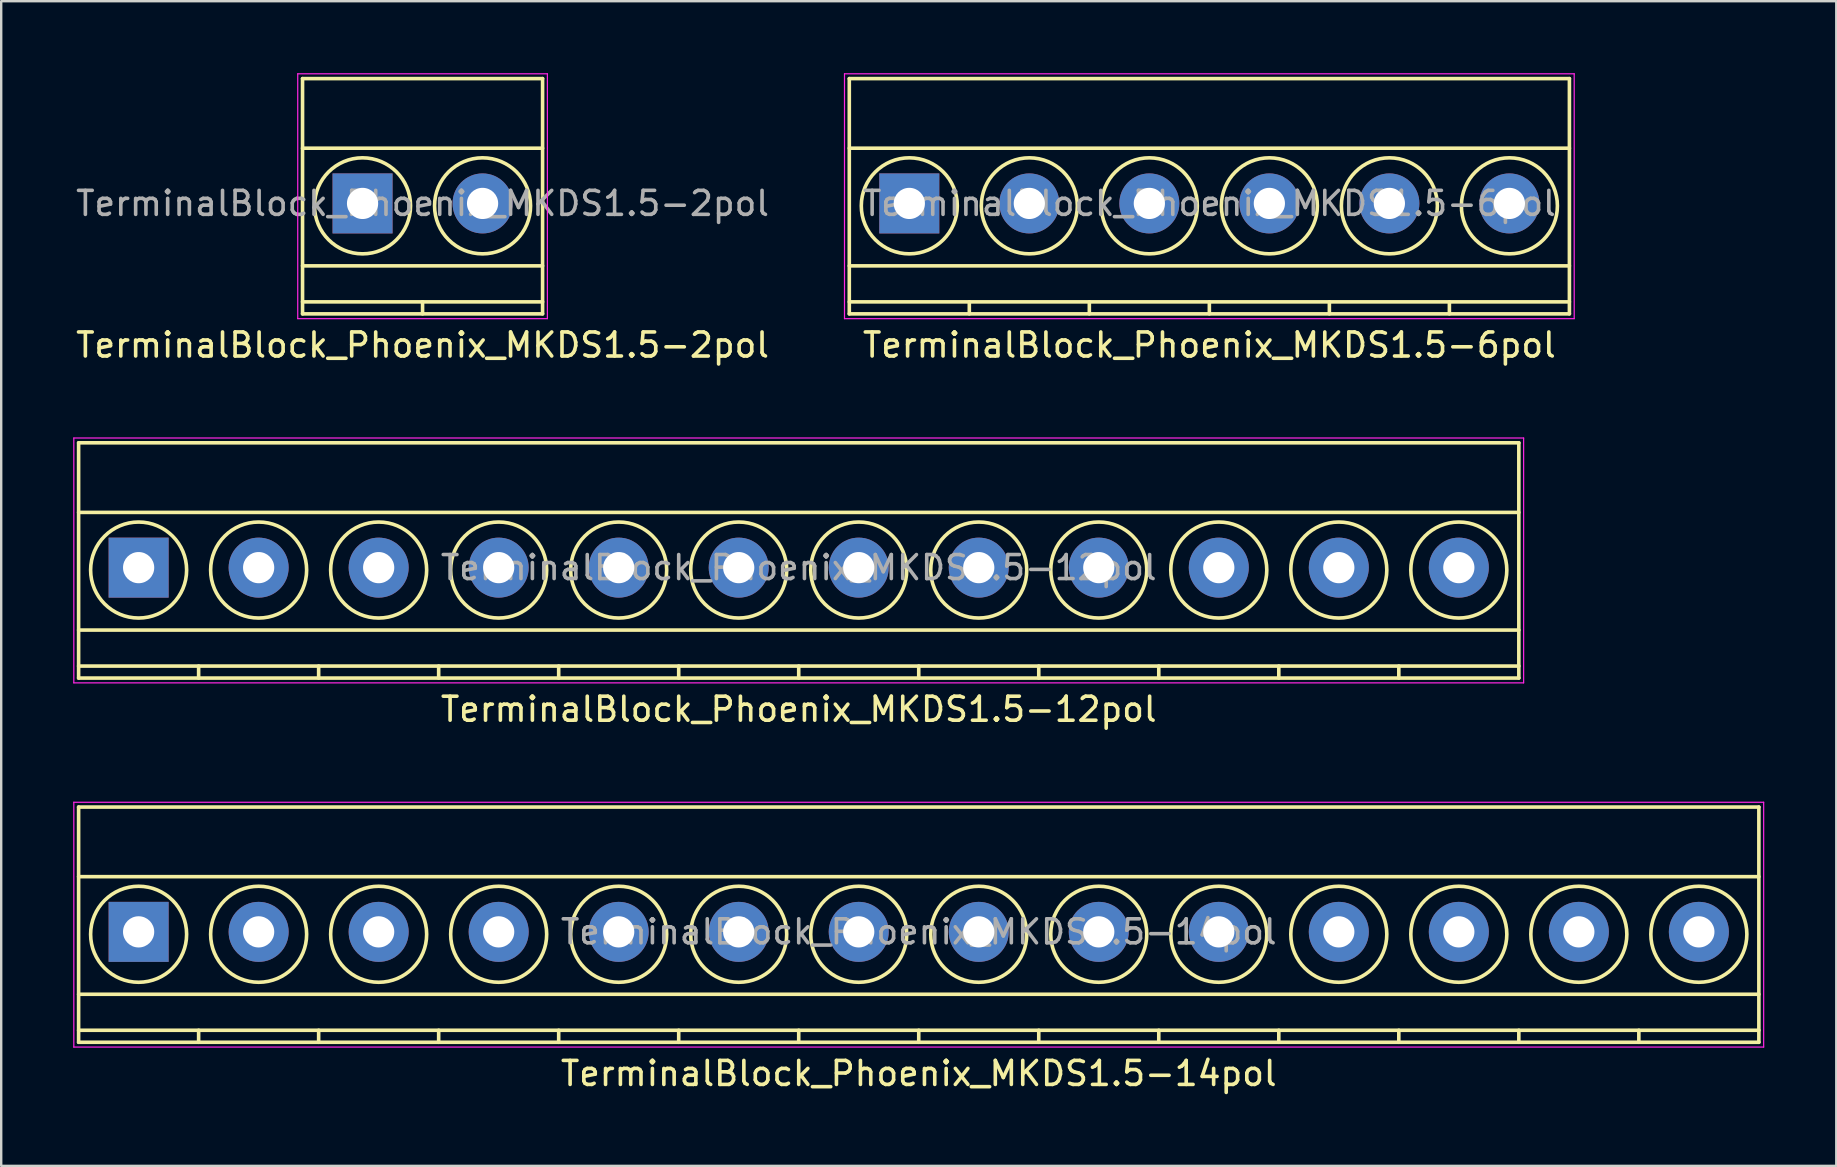
<source format=kicad_pcb>
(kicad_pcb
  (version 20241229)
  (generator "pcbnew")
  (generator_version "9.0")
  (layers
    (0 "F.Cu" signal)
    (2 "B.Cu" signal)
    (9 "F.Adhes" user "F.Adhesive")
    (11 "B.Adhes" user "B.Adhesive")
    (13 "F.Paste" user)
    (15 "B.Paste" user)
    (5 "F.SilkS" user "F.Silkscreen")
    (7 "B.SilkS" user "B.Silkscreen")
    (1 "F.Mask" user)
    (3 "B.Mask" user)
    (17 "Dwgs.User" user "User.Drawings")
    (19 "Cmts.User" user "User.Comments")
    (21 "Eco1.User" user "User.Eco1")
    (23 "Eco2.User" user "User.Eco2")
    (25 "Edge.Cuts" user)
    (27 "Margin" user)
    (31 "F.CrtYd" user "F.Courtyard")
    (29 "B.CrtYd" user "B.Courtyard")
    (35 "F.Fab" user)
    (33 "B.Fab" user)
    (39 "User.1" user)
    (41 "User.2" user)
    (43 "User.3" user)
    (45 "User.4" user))
  (footprint "TerminalBlock_Phoenix_MKDS1.5-12pol"
    (layer "F.Cu")
    (at 2.725 20.598)
    (property "Reference" "TerminalBlock_Phoenix_MKDS1.5-12pol" (at 27.5 5.9 0) (layer "F.SilkS") (effects (font (size 1 1) (thickness 0.15))))
    (attr through_hole)
    (fp_line (start -2.5 -5.2) (end -2.5 4.6) (stroke (width 0.15) (type solid)) (layer "F.SilkS"))
    (fp_line (start -2.5 -2.3) (end 57.5 -2.3) (stroke (width 0.15) (type solid)) (layer "F.SilkS"))
    (fp_line (start -2.5 2.6) (end 57.5 2.6) (stroke (width 0.15) (type solid)) (layer "F.SilkS"))
    (fp_line (start -2.5 4.1) (end 57.5 4.1) (stroke (width 0.15) (type solid)) (layer "F.SilkS"))
    (fp_line (start -2.5 4.6) (end 57.5 4.6) (stroke (width 0.15) (type solid)) (layer "F.SilkS"))
    (fp_line (start 2.5 4.1) (end 2.5 4.6) (stroke (width 0.15) (type solid)) (layer "F.SilkS"))
    (fp_line (start 7.5 4.1) (end 7.5 4.6) (stroke (width 0.15) (type solid)) (layer "F.SilkS"))
    (fp_line (start 12.5 4.1) (end 12.5 4.6) (stroke (width 0.15) (type solid)) (layer "F.SilkS"))
    (fp_line (start 17.5 4.1) (end 17.5 4.6) (stroke (width 0.15) (type solid)) (layer "F.SilkS"))
    (fp_line (start 22.5 4.1) (end 22.5 4.6) (stroke (width 0.15) (type solid)) (layer "F.SilkS"))
    (fp_line (start 27.5 4.1) (end 27.5 4.6) (stroke (width 0.15) (type solid)) (layer "F.SilkS"))
    (fp_line (start 32.5 4.1) (end 32.5 4.6) (stroke (width 0.15) (type solid)) (layer "F.SilkS"))
    (fp_line (start 37.5 4.1) (end 37.5 4.6) (stroke (width 0.15) (type solid)) (layer "F.SilkS"))
    (fp_line (start 42.5 4.1) (end 42.5 4.6) (stroke (width 0.15) (type solid)) (layer "F.SilkS"))
    (fp_line (start 47.5 4.1) (end 47.5 4.6) (stroke (width 0.15) (type solid)) (layer "F.SilkS"))
    (fp_line (start 52.5 4.1) (end 52.5 4.6) (stroke (width 0.15) (type solid)) (layer "F.SilkS"))
    (fp_line (start 57.5 -5.2) (end -2.5 -5.2) (stroke (width 0.15) (type solid)) (layer "F.SilkS"))
    (fp_line (start 57.5 4.6) (end 57.5 -5.2) (stroke (width 0.15) (type solid)) (layer "F.SilkS"))
    (fp_circle (center 0 0.1) (end 2 0.1) (stroke (width 0.15) (type solid)) (fill no) (layer "F.SilkS"))
    (fp_circle (center 5 0.1) (end 3 0.1) (stroke (width 0.15) (type solid)) (fill no) (layer "F.SilkS"))
    (fp_circle (center 10 0.1) (end 8 0.1) (stroke (width 0.15) (type solid)) (fill no) (layer "F.SilkS"))
    (fp_circle (center 15 0.1) (end 13 0.1) (stroke (width 0.15) (type solid)) (fill no) (layer "F.SilkS"))
    (fp_circle (center 20 0.1) (end 18 0.1) (stroke (width 0.15) (type solid)) (fill no) (layer "F.SilkS"))
    (fp_circle (center 25 0.1) (end 23 0.1) (stroke (width 0.15) (type solid)) (fill no) (layer "F.SilkS"))
    (fp_circle (center 30 0.1) (end 28 0.1) (stroke (width 0.15) (type solid)) (fill no) (layer "F.SilkS"))
    (fp_circle (center 35 0.1) (end 33 0.1) (stroke (width 0.15) (type solid)) (fill no) (layer "F.SilkS"))
    (fp_circle (center 40 0.1) (end 38 0.1) (stroke (width 0.15) (type solid)) (fill no) (layer "F.SilkS"))
    (fp_circle (center 45 0.1) (end 43 0.1) (stroke (width 0.15) (type solid)) (fill no) (layer "F.SilkS"))
    (fp_circle (center 50 0.1) (end 48 0.1) (stroke (width 0.15) (type solid)) (fill no) (layer "F.SilkS"))
    (fp_circle (center 55 0.1) (end 53 0.1) (stroke (width 0.15) (type solid)) (fill no) (layer "F.SilkS"))
    (fp_line (start -2.7 -5.4) (end 57.7 -5.4) (stroke (width 0.05) (type solid)) (layer "F.CrtYd"))
    (fp_line (start -2.7 4.8) (end -2.7 -5.4) (stroke (width 0.05) (type solid)) (layer "F.CrtYd"))
    (fp_line (start 57.7 -5.4) (end 57.7 4.8) (stroke (width 0.05) (type solid)) (layer "F.CrtYd"))
    (fp_line (start 57.7 4.8) (end -2.7 4.8) (stroke (width 0.05) (type solid)) (layer "F.CrtYd"))
    (fp_text user "${REFERENCE}" (at 27.5 0 0) (layer "F.Fab") (effects (font (size 1 1) (thickness 0.15))))
    (pad "1" thru_hole rect (at 0 0) (size 2.5 2.5) (drill 1.3) (layers "*.Cu" "*.Mask"))
    (pad "2" thru_hole circle (at 5 0) (size 2.5 2.5) (drill 1.3) (layers "*.Cu" "*.Mask"))
    (pad "3" thru_hole circle (at 10 0) (size 2.5 2.5) (drill 1.3) (layers "*.Cu" "*.Mask"))
    (pad "4" thru_hole circle (at 15 0) (size 2.5 2.5) (drill 1.3) (layers "*.Cu" "*.Mask"))
    (pad "5" thru_hole circle (at 20 0) (size 2.5 2.5) (drill 1.3) (layers "*.Cu" "*.Mask"))
    (pad "6" thru_hole circle (at 25 0) (size 2.5 2.5) (drill 1.3) (layers "*.Cu" "*.Mask"))
    (pad "7" thru_hole circle (at 30 0) (size 2.5 2.5) (drill 1.3) (layers "*.Cu" "*.Mask"))
    (pad "8" thru_hole circle (at 35 0) (size 2.5 2.5) (drill 1.3) (layers "*.Cu" "*.Mask"))
    (pad "9" thru_hole circle (at 40 0) (size 2.5 2.5) (drill 1.3) (layers "*.Cu" "*.Mask"))
    (pad "10" thru_hole circle (at 45 0) (size 2.5 2.5) (drill 1.3) (layers "*.Cu" "*.Mask"))
    (pad "11" thru_hole circle (at 50 0) (size 2.5 2.5) (drill 1.3) (layers "*.Cu" "*.Mask"))
    (pad "12" thru_hole circle (at 55 0) (size 2.5 2.5) (drill 1.3) (layers "*.Cu" "*.Mask")))
  (footprint "TerminalBlock_Phoenix_MKDS1.5-6pol"
    (layer "F.Cu")
    (at 34.832 5.425)
    (property "Reference" "TerminalBlock_Phoenix_MKDS1.5-6pol" (at 12.5 5.9 0) (layer "F.SilkS") (effects (font (size 1 1) (thickness 0.15))))
    (attr through_hole)
    (fp_line (start -2.5 -5.2) (end -2.5 4.6) (stroke (width 0.15) (type solid)) (layer "F.SilkS"))
    (fp_line (start -2.5 -2.3) (end 27.5 -2.3) (stroke (width 0.15) (type solid)) (layer "F.SilkS"))
    (fp_line (start -2.5 2.6) (end 27.5 2.6) (stroke (width 0.15) (type solid)) (layer "F.SilkS"))
    (fp_line (start -2.5 4.1) (end 27.5 4.1) (stroke (width 0.15) (type solid)) (layer "F.SilkS"))
    (fp_line (start -2.5 4.6) (end 27.5 4.6) (stroke (width 0.15) (type solid)) (layer "F.SilkS"))
    (fp_line (start 2.5 4.1) (end 2.5 4.6) (stroke (width 0.15) (type solid)) (layer "F.SilkS"))
    (fp_line (start 7.5 4.1) (end 7.5 4.6) (stroke (width 0.15) (type solid)) (layer "F.SilkS"))
    (fp_line (start 12.5 4.1) (end 12.5 4.6) (stroke (width 0.15) (type solid)) (layer "F.SilkS"))
    (fp_line (start 17.5 4.1) (end 17.5 4.6) (stroke (width 0.15) (type solid)) (layer "F.SilkS"))
    (fp_line (start 22.5 4.1) (end 22.5 4.6) (stroke (width 0.15) (type solid)) (layer "F.SilkS"))
    (fp_line (start 27.5 -5.2) (end -2.5 -5.2) (stroke (width 0.15) (type solid)) (layer "F.SilkS"))
    (fp_line (start 27.5 4.6) (end 27.5 -5.2) (stroke (width 0.15) (type solid)) (layer "F.SilkS"))
    (fp_circle (center 0 0.1) (end 2 0.1) (stroke (width 0.15) (type solid)) (fill no) (layer "F.SilkS"))
    (fp_circle (center 5 0.1) (end 3 0.1) (stroke (width 0.15) (type solid)) (fill no) (layer "F.SilkS"))
    (fp_circle (center 10 0.1) (end 8 0.1) (stroke (width 0.15) (type solid)) (fill no) (layer "F.SilkS"))
    (fp_circle (center 15 0.1) (end 13 0.1) (stroke (width 0.15) (type solid)) (fill no) (layer "F.SilkS"))
    (fp_circle (center 20 0.1) (end 18 0.1) (stroke (width 0.15) (type solid)) (fill no) (layer "F.SilkS"))
    (fp_circle (center 25 0.1) (end 23 0.1) (stroke (width 0.15) (type solid)) (fill no) (layer "F.SilkS"))
    (fp_line (start -2.7 -5.4) (end 27.7 -5.4) (stroke (width 0.05) (type solid)) (layer "F.CrtYd"))
    (fp_line (start -2.7 4.8) (end -2.7 -5.4) (stroke (width 0.05) (type solid)) (layer "F.CrtYd"))
    (fp_line (start 27.7 -5.4) (end 27.7 4.8) (stroke (width 0.05) (type solid)) (layer "F.CrtYd"))
    (fp_line (start 27.7 4.8) (end -2.7 4.8) (stroke (width 0.05) (type solid)) (layer "F.CrtYd"))
    (fp_text user "${REFERENCE}" (at 12.5 0 0) (layer "F.Fab") (effects (font (size 1 1) (thickness 0.15))))
    (pad "1" thru_hole rect (at 0 0) (size 2.5 2.5) (drill 1.3) (layers "*.Cu" "*.Mask"))
    (pad "2" thru_hole circle (at 5 0) (size 2.5 2.5) (drill 1.3) (layers "*.Cu" "*.Mask"))
    (pad "3" thru_hole circle (at 10 0) (size 2.5 2.5) (drill 1.3) (layers "*.Cu" "*.Mask"))
    (pad "4" thru_hole circle (at 15 0) (size 2.5 2.5) (drill 1.3) (layers "*.Cu" "*.Mask"))
    (pad "5" thru_hole circle (at 20 0) (size 2.5 2.5) (drill 1.3) (layers "*.Cu" "*.Mask"))
    (pad "6" thru_hole circle (at 25 0) (size 2.5 2.5) (drill 1.3) (layers "*.Cu" "*.Mask")))
  (footprint "TerminalBlock_Phoenix_MKDS1.5-2pol"
    (layer "F.Cu")
    (at 12.054 5.425)
    (property "Reference" "TerminalBlock_Phoenix_MKDS1.5-2pol" (at 2.5 5.9 0) (layer "F.SilkS") (effects (font (size 1 1) (thickness 0.15))))
    (attr through_hole)
    (fp_line (start -2.5 -5.2) (end -2.5 4.6) (stroke (width 0.15) (type solid)) (layer "F.SilkS"))
    (fp_line (start -2.5 -2.3) (end 7.5 -2.3) (stroke (width 0.15) (type solid)) (layer "F.SilkS"))
    (fp_line (start -2.5 2.6) (end 7.5 2.6) (stroke (width 0.15) (type solid)) (layer "F.SilkS"))
    (fp_line (start -2.5 4.1) (end 7.5 4.1) (stroke (width 0.15) (type solid)) (layer "F.SilkS"))
    (fp_line (start -2.5 4.6) (end 7.5 4.6) (stroke (width 0.15) (type solid)) (layer "F.SilkS"))
    (fp_line (start 2.5 4.1) (end 2.5 4.6) (stroke (width 0.15) (type solid)) (layer "F.SilkS"))
    (fp_line (start 7.5 -5.2) (end -2.5 -5.2) (stroke (width 0.15) (type solid)) (layer "F.SilkS"))
    (fp_line (start 7.5 4.6) (end 7.5 -5.2) (stroke (width 0.15) (type solid)) (layer "F.SilkS"))
    (fp_circle (center 0 0.1) (end 2 0.1) (stroke (width 0.15) (type solid)) (fill no) (layer "F.SilkS"))
    (fp_circle (center 5 0.1) (end 3 0.1) (stroke (width 0.15) (type solid)) (fill no) (layer "F.SilkS"))
    (fp_line (start -2.7 -5.4) (end 7.7 -5.4) (stroke (width 0.05) (type solid)) (layer "F.CrtYd"))
    (fp_line (start -2.7 4.8) (end -2.7 -5.4) (stroke (width 0.05) (type solid)) (layer "F.CrtYd"))
    (fp_line (start 7.7 -5.4) (end 7.7 4.8) (stroke (width 0.05) (type solid)) (layer "F.CrtYd"))
    (fp_line (start 7.7 4.8) (end -2.7 4.8) (stroke (width 0.05) (type solid)) (layer "F.CrtYd"))
    (fp_text user "${REFERENCE}" (at 2.5 0 0) (layer "F.Fab") (effects (font (size 1 1) (thickness 0.15))))
    (pad "1" thru_hole rect (at 0 0) (size 2.5 2.5) (drill 1.3) (layers "*.Cu" "*.Mask"))
    (pad "2" thru_hole circle (at 5 0) (size 2.5 2.5) (drill 1.3) (layers "*.Cu" "*.Mask")))
  (footprint "TerminalBlock_Phoenix_MKDS1.5-14pol"
    (layer "F.Cu")
    (at 2.725 35.772)
    (property "Reference" "TerminalBlock_Phoenix_MKDS1.5-14pol" (at 32.5 5.9 0) (layer "F.SilkS") (effects (font (size 1 1) (thickness 0.15))))
    (attr through_hole)
    (fp_line (start -2.5 -5.2) (end -2.5 4.6) (stroke (width 0.15) (type solid)) (layer "F.SilkS"))
    (fp_line (start -2.5 -2.3) (end 67.5 -2.3) (stroke (width 0.15) (type solid)) (layer "F.SilkS"))
    (fp_line (start -2.5 2.6) (end 67.5 2.6) (stroke (width 0.15) (type solid)) (layer "F.SilkS"))
    (fp_line (start -2.5 4.1) (end 67.5 4.1) (stroke (width 0.15) (type solid)) (layer "F.SilkS"))
    (fp_line (start -2.5 4.6) (end 67.5 4.6) (stroke (width 0.15) (type solid)) (layer "F.SilkS"))
    (fp_line (start 2.5 4.1) (end 2.5 4.6) (stroke (width 0.15) (type solid)) (layer "F.SilkS"))
    (fp_line (start 7.5 4.1) (end 7.5 4.6) (stroke (width 0.15) (type solid)) (layer "F.SilkS"))
    (fp_line (start 12.5 4.1) (end 12.5 4.6) (stroke (width 0.15) (type solid)) (layer "F.SilkS"))
    (fp_line (start 17.5 4.1) (end 17.5 4.6) (stroke (width 0.15) (type solid)) (layer "F.SilkS"))
    (fp_line (start 22.5 4.1) (end 22.5 4.6) (stroke (width 0.15) (type solid)) (layer "F.SilkS"))
    (fp_line (start 27.5 4.1) (end 27.5 4.6) (stroke (width 0.15) (type solid)) (layer "F.SilkS"))
    (fp_line (start 32.5 4.1) (end 32.5 4.6) (stroke (width 0.15) (type solid)) (layer "F.SilkS"))
    (fp_line (start 37.5 4.1) (end 37.5 4.6) (stroke (width 0.15) (type solid)) (layer "F.SilkS"))
    (fp_line (start 42.5 4.1) (end 42.5 4.6) (stroke (width 0.15) (type solid)) (layer "F.SilkS"))
    (fp_line (start 47.5 4.1) (end 47.5 4.6) (stroke (width 0.15) (type solid)) (layer "F.SilkS"))
    (fp_line (start 52.5 4.1) (end 52.5 4.6) (stroke (width 0.15) (type solid)) (layer "F.SilkS"))
    (fp_line (start 57.5 4.1) (end 57.5 4.6) (stroke (width 0.15) (type solid)) (layer "F.SilkS"))
    (fp_line (start 62.5 4.1) (end 62.5 4.6) (stroke (width 0.15) (type solid)) (layer "F.SilkS"))
    (fp_line (start 67.5 -5.2) (end -2.5 -5.2) (stroke (width 0.15) (type solid)) (layer "F.SilkS"))
    (fp_line (start 67.5 4.6) (end 67.5 -5.2) (stroke (width 0.15) (type solid)) (layer "F.SilkS"))
    (fp_circle (center 0 0.1) (end 2 0.1) (stroke (width 0.15) (type solid)) (fill no) (layer "F.SilkS"))
    (fp_circle (center 5 0.1) (end 3 0.1) (stroke (width 0.15) (type solid)) (fill no) (layer "F.SilkS"))
    (fp_circle (center 10 0.1) (end 8 0.1) (stroke (width 0.15) (type solid)) (fill no) (layer "F.SilkS"))
    (fp_circle (center 15 0.1) (end 13 0.1) (stroke (width 0.15) (type solid)) (fill no) (layer "F.SilkS"))
    (fp_circle (center 20 0.1) (end 18 0.1) (stroke (width 0.15) (type solid)) (fill no) (layer "F.SilkS"))
    (fp_circle (center 25 0.1) (end 23 0.1) (stroke (width 0.15) (type solid)) (fill no) (layer "F.SilkS"))
    (fp_circle (center 30 0.1) (end 28 0.1) (stroke (width 0.15) (type solid)) (fill no) (layer "F.SilkS"))
    (fp_circle (center 35 0.1) (end 33 0.1) (stroke (width 0.15) (type solid)) (fill no) (layer "F.SilkS"))
    (fp_circle (center 40 0.1) (end 38 0.1) (stroke (width 0.15) (type solid)) (fill no) (layer "F.SilkS"))
    (fp_circle (center 45 0.1) (end 43 0.1) (stroke (width 0.15) (type solid)) (fill no) (layer "F.SilkS"))
    (fp_circle (center 50 0.1) (end 48 0.1) (stroke (width 0.15) (type solid)) (fill no) (layer "F.SilkS"))
    (fp_circle (center 55 0.1) (end 53 0.1) (stroke (width 0.15) (type solid)) (fill no) (layer "F.SilkS"))
    (fp_circle (center 60 0.1) (end 58 0.1) (stroke (width 0.15) (type solid)) (fill no) (layer "F.SilkS"))
    (fp_circle (center 65 0.1) (end 63 0.1) (stroke (width 0.15) (type solid)) (fill no) (layer "F.SilkS"))
    (fp_line (start -2.7 -5.4) (end 67.7 -5.4) (stroke (width 0.05) (type solid)) (layer "F.CrtYd"))
    (fp_line (start -2.7 4.8) (end -2.7 -5.4) (stroke (width 0.05) (type solid)) (layer "F.CrtYd"))
    (fp_line (start 67.7 -5.4) (end 67.7 4.8) (stroke (width 0.05) (type solid)) (layer "F.CrtYd"))
    (fp_line (start 67.7 4.8) (end -2.7 4.8) (stroke (width 0.05) (type solid)) (layer "F.CrtYd"))
    (fp_text user "${REFERENCE}" (at 32.5 0 0) (layer "F.Fab") (effects (font (size 1 1) (thickness 0.15))))
    (pad "1" thru_hole rect (at 0 0) (size 2.5 2.5) (drill 1.3) (layers "*.Cu" "*.Mask"))
    (pad "2" thru_hole circle (at 5 0) (size 2.5 2.5) (drill 1.3) (layers "*.Cu" "*.Mask"))
    (pad "3" thru_hole circle (at 10 0) (size 2.5 2.5) (drill 1.3) (layers "*.Cu" "*.Mask"))
    (pad "4" thru_hole circle (at 15 0) (size 2.5 2.5) (drill 1.3) (layers "*.Cu" "*.Mask"))
    (pad "5" thru_hole circle (at 20 0) (size 2.5 2.5) (drill 1.3) (layers "*.Cu" "*.Mask"))
    (pad "6" thru_hole circle (at 25 0) (size 2.5 2.5) (drill 1.3) (layers "*.Cu" "*.Mask"))
    (pad "7" thru_hole circle (at 30 0) (size 2.5 2.5) (drill 1.3) (layers "*.Cu" "*.Mask"))
    (pad "8" thru_hole circle (at 35 0) (size 2.5 2.5) (drill 1.3) (layers "*.Cu" "*.Mask"))
    (pad "9" thru_hole circle (at 40 0) (size 2.5 2.5) (drill 1.3) (layers "*.Cu" "*.Mask"))
    (pad "10" thru_hole circle (at 45 0) (size 2.5 2.5) (drill 1.3) (layers "*.Cu" "*.Mask"))
    (pad "11" thru_hole circle (at 50 0) (size 2.5 2.5) (drill 1.3) (layers "*.Cu" "*.Mask"))
    (pad "12" thru_hole circle (at 55 0) (size 2.5 2.5) (drill 1.3) (layers "*.Cu" "*.Mask"))
    (pad "13" thru_hole circle (at 60 0) (size 2.5 2.5) (drill 1.3) (layers "*.Cu" "*.Mask"))
    (pad "14" thru_hole circle (at 65 0) (size 2.5 2.5) (drill 1.3) (layers "*.Cu" "*.Mask")))
  (gr_rect
    (start -3 -3)
    (end 73.45 45.52)
    (stroke (width 0.1) (type default))
    (fill no)
    (layer "Edge.Cuts")))
</source>
